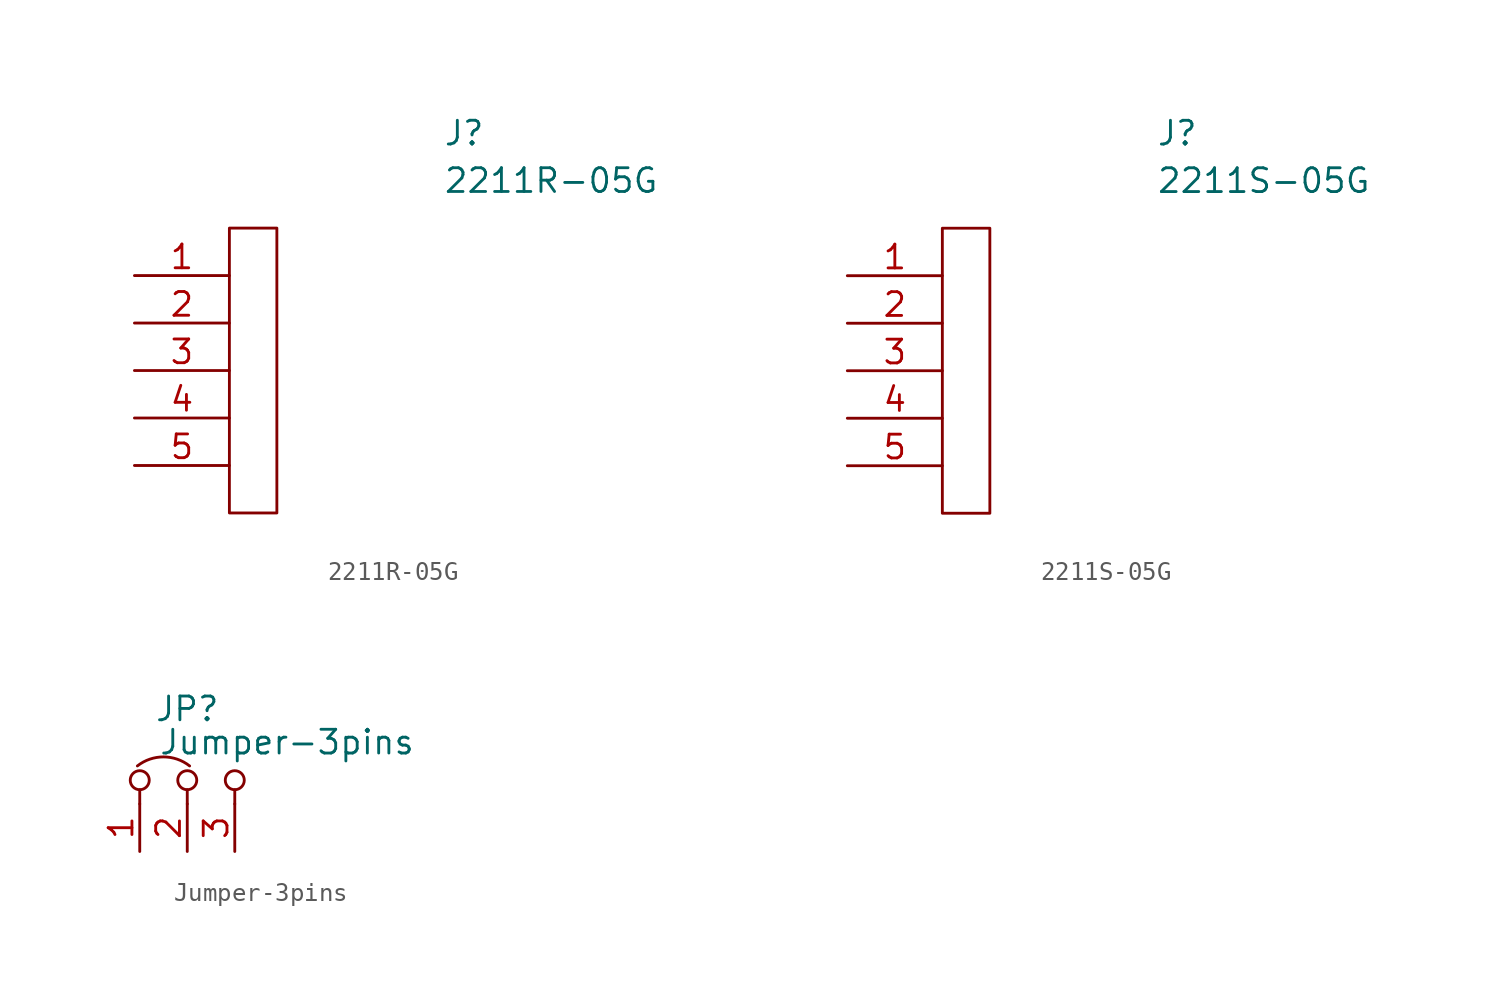
<source format=kicad_sym>
(kicad_symbol_lib
  (version 20220914)
  (generator kicad_symbol_editor)
  (symbol "2211R-05G"
    (pin_names
      (offset 0.762))
    (property "Reference" "J"
      (at 16.51 7.62 0)
      (effects (font (size 1.27 1.27)) (justify left)))
    (property "Value" "2211R-05G"
      (at 16.51 5.08 0)
      (effects (font (size 1.27 1.27)) (justify left)))
    (symbol "2211R-05G_0_1"
      (polyline (pts (xy 5.08 2.54) (xy 7.62 2.54) (xy 7.62 -12.7) (xy 5.08 -12.7) (xy 5.08 2.54)) (stroke (width 0.152) (type solid)) (fill (type none))))
    (symbol "2211R-05G_1_0"
      (pin passive line (at 0 0 0) (length 5.08) (name "" (effects (font (size 1.27 1.27)))) (number "1" (effects (font (size 1.27 1.27)))))
      (pin passive line (at 0 -2.54 0) (length 5.08) (name "" (effects (font (size 1.27 1.27)))) (number "2" (effects (font (size 1.27 1.27)))))
      (pin passive line (at 0 -5.08 0) (length 5.08) (name "" (effects (font (size 1.27 1.27)))) (number "3" (effects (font (size 1.27 1.27)))))
      (pin passive line (at 0 -7.62 0) (length 5.08) (name "" (effects (font (size 1.27 1.27)))) (number "4" (effects (font (size 1.27 1.27)))))
      (pin passive line (at 0 -10.16 0) (length 5.08) (name "" (effects (font (size 1.27 1.27)))) (number "5" (effects (font (size 1.27 1.27)))))))
  (symbol "2211S-05G"
    (pin_names
      (offset 0.762))
    (property "Reference" "J"
      (at 16.51 7.62 0)
      (effects (font (size 1.27 1.27)) (justify left)))
    (property "Value" "2211S-05G"
      (at 16.51 5.08 0)
      (effects (font (size 1.27 1.27)) (justify left)))
    (symbol "2211S-05G_0_1"
      (polyline (pts (xy 5.08 2.54) (xy 7.62 2.54) (xy 7.62 -12.7) (xy 5.08 -12.7) (xy 5.08 2.54)) (stroke (width 0.152) (type solid)) (fill (type none))))
    (symbol "2211S-05G_1_0"
      (pin passive line (at 0 0 0) (length 5.08) (name "" (effects (font (size 1.27 1.27)))) (number "1" (effects (font (size 1.27 1.27)))))
      (pin passive line (at 0 -2.54 0) (length 5.08) (name "" (effects (font (size 1.27 1.27)))) (number "2" (effects (font (size 1.27 1.27)))))
      (pin passive line (at 0 -5.08 0) (length 5.08) (name "" (effects (font (size 1.27 1.27)))) (number "3" (effects (font (size 1.27 1.27)))))
      (pin passive line (at 0 -7.62 0) (length 5.08) (name "" (effects (font (size 1.27 1.27)))) (number "4" (effects (font (size 1.27 1.27)))))
      (pin passive line (at 0 -10.16 0) (length 5.08) (name "" (effects (font (size 1.27 1.27)))) (number "5" (effects (font (size 1.27 1.27)))))))
  (symbol "Jumper-3pins"
    (pin_names
      (offset 0) hide)
    (property "Reference" "JP"
      (at 0 3.81 0)
      (effects (font (size 1.27 1.27))))
    (property "Value" "Jumper-3pins"
      (at 5.334 2.032 0)
      (effects (font (size 1.27 1.27))))
    (symbol "Jumper-3pins_0_0"
      (circle (center -2.54 0) (radius 0.508) (stroke (width 0) (type default)) (fill (type none)))
      (circle (center 0 0) (radius 0.508) (stroke (width 0) (type default)) (fill (type none)))
      (circle (center 2.54 0) (radius 0.508) (stroke (width 0) (type default)) (fill (type none))))
    (symbol "Jumper-3pins_0_1"
      (polyline (pts (xy -2.54 -1.27) (xy -2.54 -0.508)) (stroke (width 0) (type default)) (fill (type none)))
      (polyline (pts (xy 0 -1.27) (xy 0 -0.508)) (stroke (width 0) (type default)) (fill (type none)))
      (polyline (pts (xy 2.54 -1.27) (xy 2.54 -0.508)) (stroke (width 0) (type default)) (fill (type none)))
      (arc (start 0.127 0.7619) (mid -1.27 1.2451) (end -2.667 0.7619) (stroke (width 0) (type default)) (fill (type none))))
    (symbol "Jumper-3pins_1_1"
      (pin passive line (at -2.54 -3.81 90) (length 2.54) (name "A" (effects (font (size 1.27 1.27)))) (number "1" (effects (font (size 1.27 1.27)))))
      (pin passive line (at 0 -3.81 90) (length 2.54) (name "C" (effects (font (size 1.27 1.27)))) (number "2" (effects (font (size 1.27 1.27)))))
      (pin passive line (at 2.54 -3.81 90) (length 2.54) (name "B" (effects (font (size 1.27 1.27)))) (number "3" (effects (font (size 1.27 1.27))))))))
</source>
